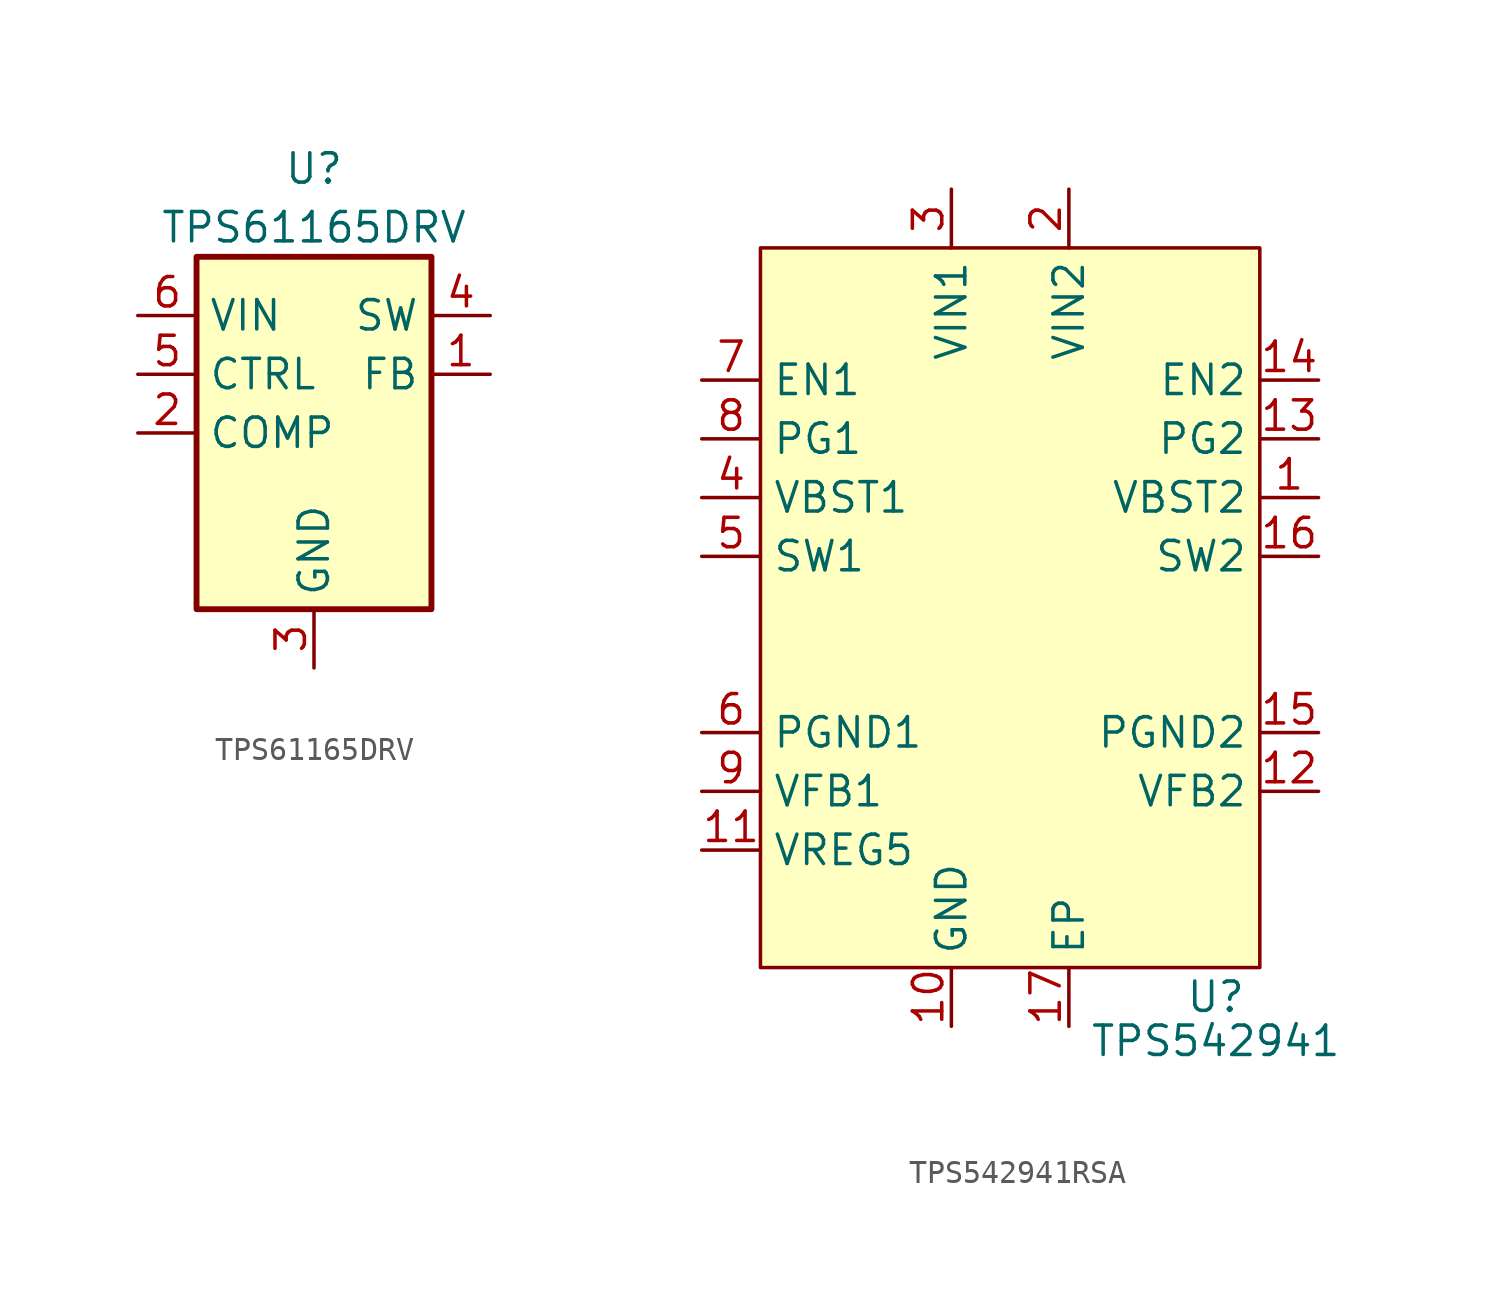
<source format=kicad_sym>
(kicad_symbol_lib
  (version 20231120)
  (generator "kicad_symbol_editor")
  (generator_version "8.0")
  (symbol "TPS61165DRV"
    (property "Reference" "U"
      (at 0 11.43 0)
      (effects (font (size 1.27 1.27))))
    (property "Value" "TPS61165DRV"
      (at 0 8.89 0)
      (effects (font (size 1.27 1.27))))
    (symbol "TPS61165DRV_1_1"
      (rectangle (start -5.08 7.62) (end 5.08 -7.62) (stroke (width 0.254) (type default)) (fill (type background)))
      (pin input line (at 7.62 2.54 180) (length 2.54) (name "FB" (effects (font (size 1.27 1.27)))) (number "1" (effects (font (size 1.27 1.27)))))
      (pin output line (at -7.62 0 0) (length 2.54) (name "COMP" (effects (font (size 1.27 1.27)))) (number "2" (effects (font (size 1.27 1.27)))))
      (pin power_in line (at 0 -10.16 90) (length 2.54) (name "GND" (effects (font (size 1.27 1.27)))) (number "3" (effects (font (size 1.27 1.27)))))
      (pin output line (at 7.62 5.08 180) (length 2.54) (name "SW" (effects (font (size 1.27 1.27)))) (number "4" (effects (font (size 1.27 1.27)))))
      (pin input line (at -7.62 2.54 0) (length 2.54) (name "CTRL" (effects (font (size 1.27 1.27)))) (number "5" (effects (font (size 1.27 1.27)))))
      (pin power_in line (at -7.62 5.08 0) (length 2.54) (name "VIN" (effects (font (size 1.27 1.27)))) (number "6" (effects (font (size 1.27 1.27)))))
      (pin power_in line (at 0 -10.16 90) (length 2.54) hide (name "GND" (effects (font (size 1.27 1.27)))) (number "7" (effects (font (size 1.27 1.27)))))))
  (symbol "TPS542941RSA"
    (property "Reference" "U"
      (at 8.89 -33.655 0)
      (effects (font (size 1.27 1.27))))
    (property "Value" "TPS542941"
      (at 8.89 -35.56 0)
      (effects (font (size 1.27 1.27))))
    (symbol "TPS542941RSA_1_1"
      (rectangle (start -10.795 -1.27) (end 10.795 -32.385) (stroke (width 0) (type default)) (fill (type background)))
      (pin power_out line (at 13.335 -12.065 180) (length 2.54) (name "VBST2" (effects (font (size 1.27 1.27)))) (number "1" (effects (font (size 1.27 1.27)))))
      (pin power_in line (at -2.54 -34.925 90) (length 2.54) (name "GND" (effects (font (size 1.27 1.27)))) (number "10" (effects (font (size 1.27 1.27)))))
      (pin power_out line (at -13.335 -27.305 0) (length 2.54) (name "VREG5" (effects (font (size 1.27 1.27)))) (number "11" (effects (font (size 1.27 1.27)))))
      (pin input line (at 13.335 -24.765 180) (length 2.54) (name "VFB2" (effects (font (size 1.27 1.27)))) (number "12" (effects (font (size 1.27 1.27)))))
      (pin open_collector line (at 13.335 -9.525 180) (length 2.54) (name "PG2" (effects (font (size 1.27 1.27)))) (number "13" (effects (font (size 1.27 1.27)))))
      (pin input line (at 13.335 -6.985 180) (length 2.54) (name "EN2" (effects (font (size 1.27 1.27)))) (number "14" (effects (font (size 1.27 1.27)))))
      (pin power_in line (at 13.335 -22.225 180) (length 2.54) (name "PGND2" (effects (font (size 1.27 1.27)))) (number "15" (effects (font (size 1.27 1.27)))))
      (pin power_out line (at 13.335 -14.605 180) (length 2.54) (name "SW2" (effects (font (size 1.27 1.27)))) (number "16" (effects (font (size 1.27 1.27)))))
      (pin power_in line (at 2.54 -34.925 90) (length 2.54) (name "EP" (effects (font (size 1.27 1.27)))) (number "17" (effects (font (size 1.27 1.27)))))
      (pin power_in line (at 2.54 1.27 270) (length 2.54) (name "VIN2" (effects (font (size 1.27 1.27)))) (number "2" (effects (font (size 1.27 1.27)))))
      (pin power_in line (at -2.54 1.27 270) (length 2.54) (name "VIN1" (effects (font (size 1.27 1.27)))) (number "3" (effects (font (size 1.27 1.27)))))
      (pin power_out line (at -13.335 -12.065 0) (length 2.54) (name "VBST1" (effects (font (size 1.27 1.27)))) (number "4" (effects (font (size 1.27 1.27)))))
      (pin power_out line (at -13.335 -14.605 0) (length 2.54) (name "SW1" (effects (font (size 1.27 1.27)))) (number "5" (effects (font (size 1.27 1.27)))))
      (pin power_in line (at -13.335 -22.225 0) (length 2.54) (name "PGND1" (effects (font (size 1.27 1.27)))) (number "6" (effects (font (size 1.27 1.27)))))
      (pin input line (at -13.335 -6.985 0) (length 2.54) (name "EN1" (effects (font (size 1.27 1.27)))) (number "7" (effects (font (size 1.27 1.27)))))
      (pin open_collector line (at -13.335 -9.525 0) (length 2.54) (name "PG1" (effects (font (size 1.27 1.27)))) (number "8" (effects (font (size 1.27 1.27)))))
      (pin input line (at -13.335 -24.765 0) (length 2.54) (name "VFB1" (effects (font (size 1.27 1.27)))) (number "9" (effects (font (size 1.27 1.27))))))))
</source>
